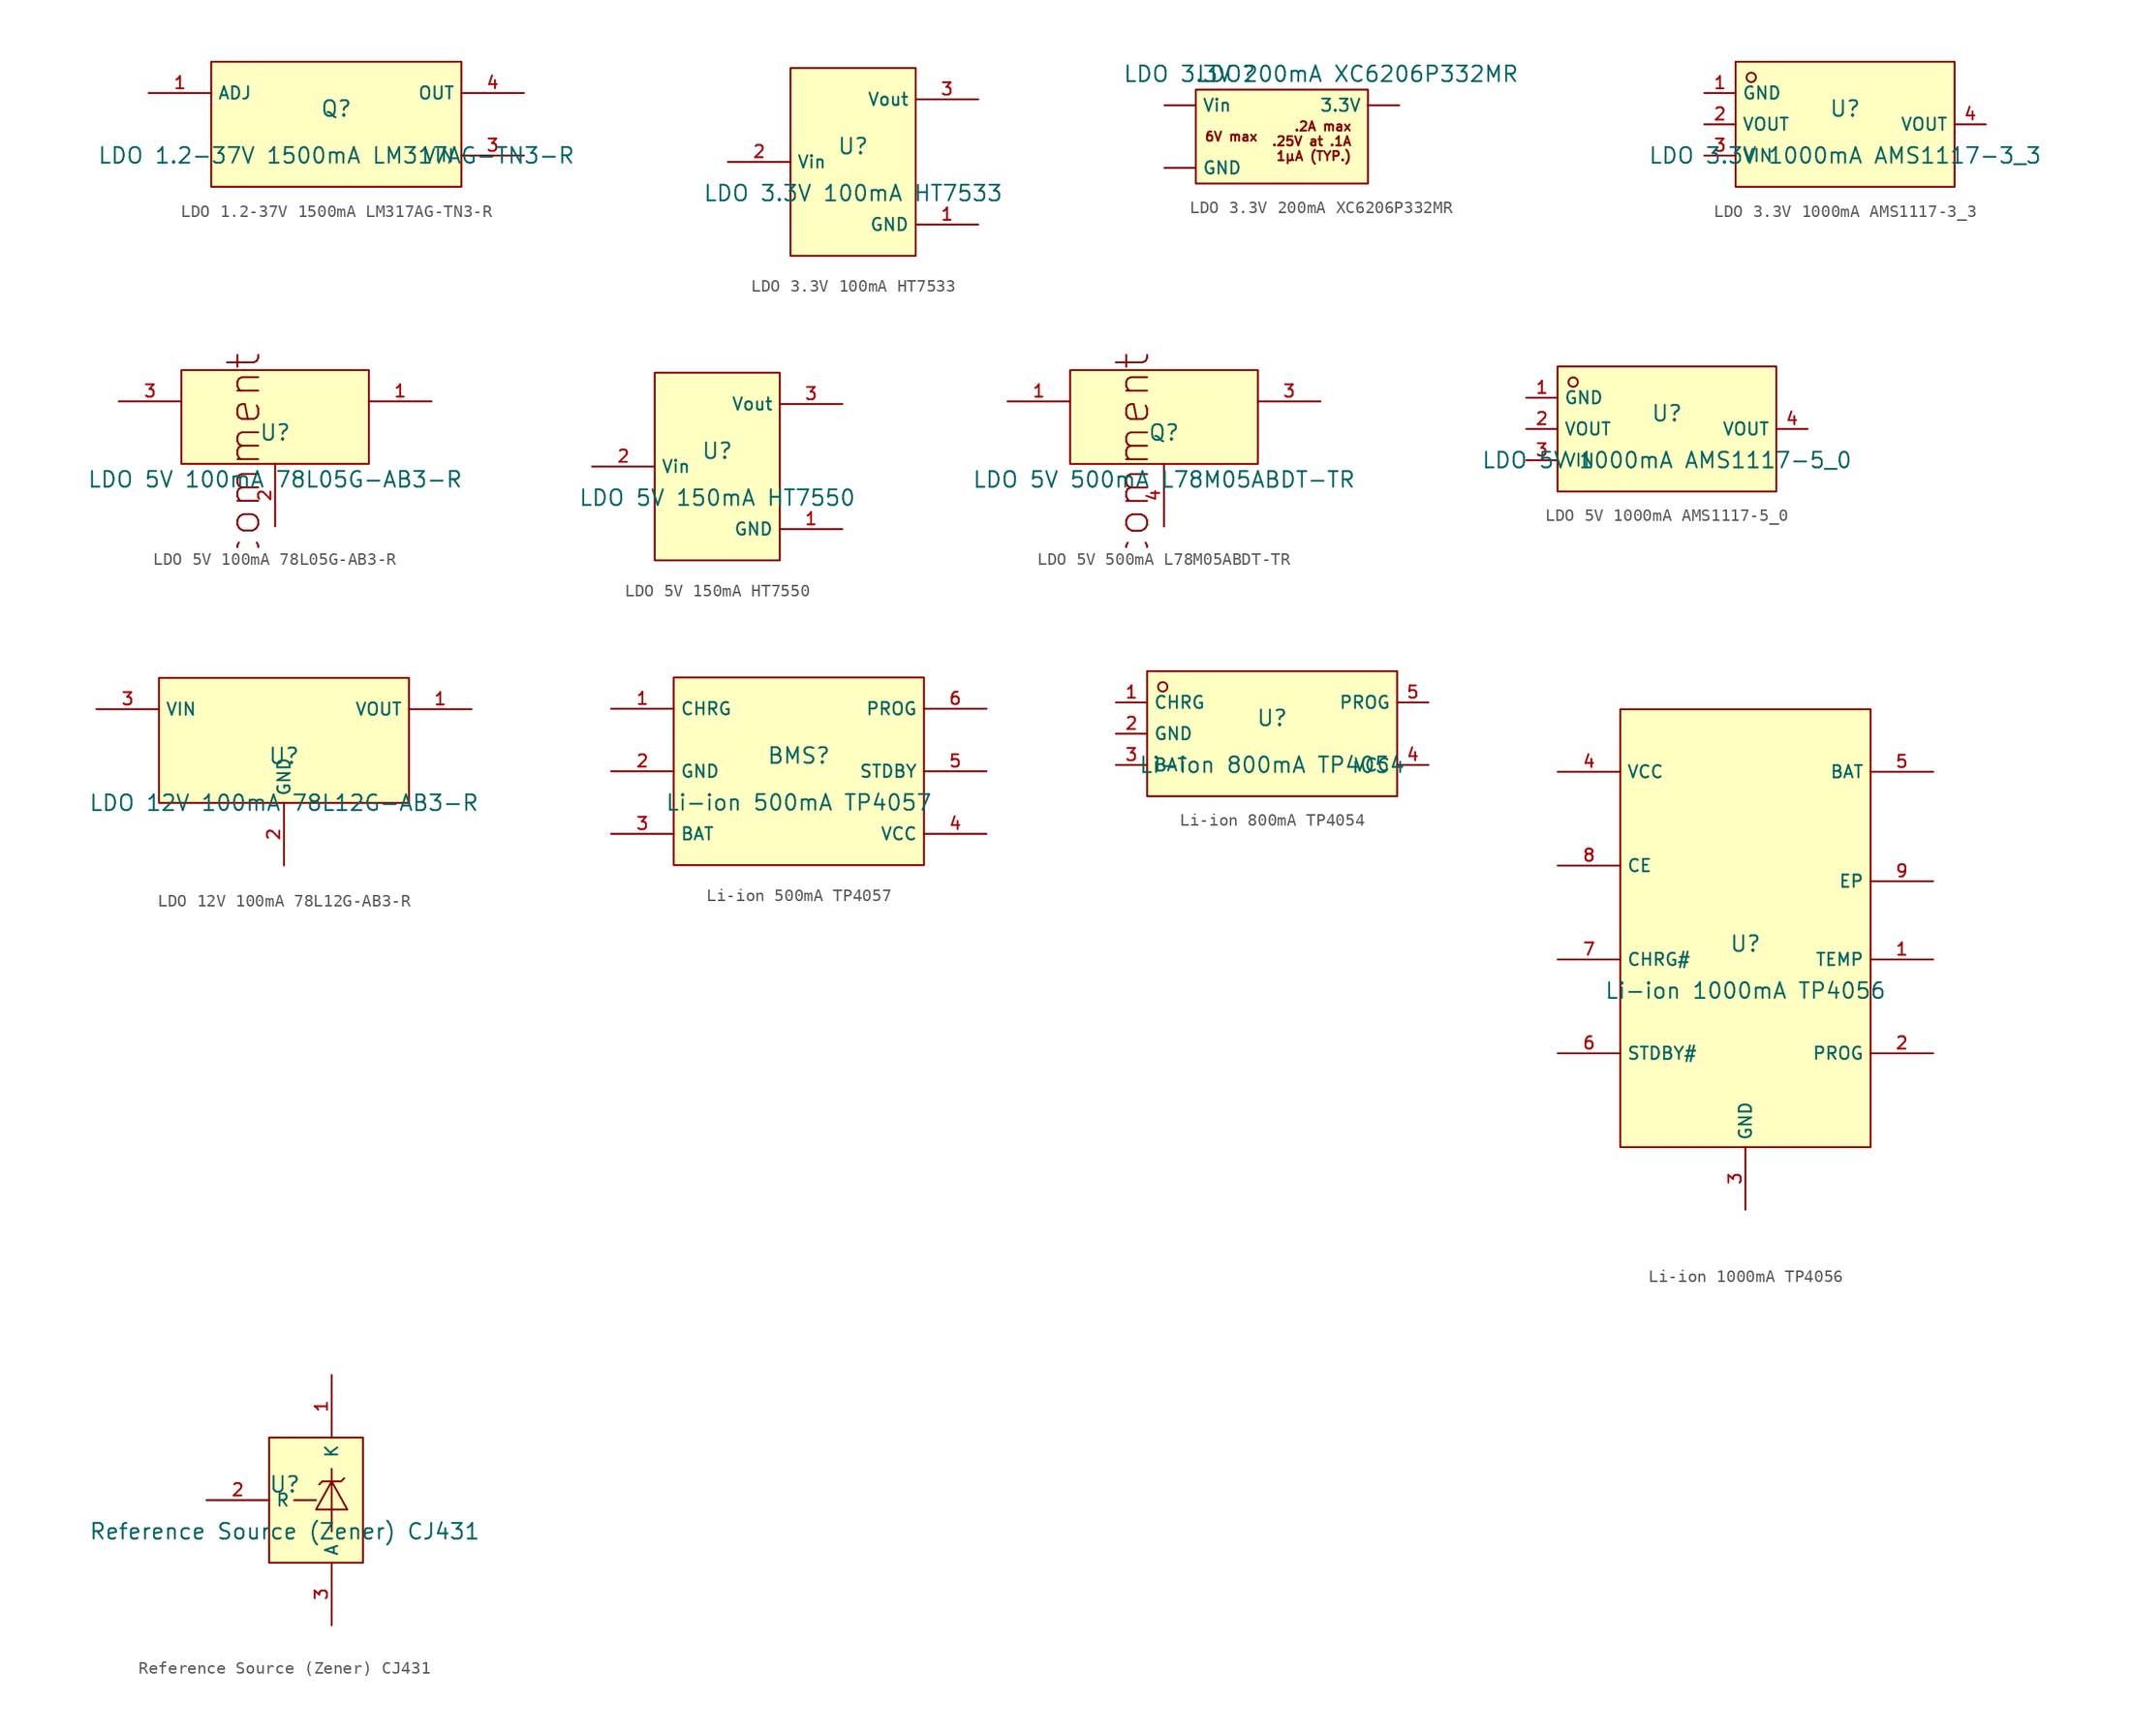
<source format=kicad_sym>
(kicad_symbol_lib
  (version 20220914)
  (generator kicad_symbol_editor)
  (symbol "LDO 1.2-37V 1500mA LM317AG-TN3-R"
    (property "Reference" "Q"
      (at 0 1.27 0)
      (effects (font (size 1.27 1.27))))
    (property "Value" "LDO 1.2-37V 1500mA LM317AG-TN3-R"
      (at 0 -2.54 0)
      (effects (font (size 1.27 1.27))))
    (symbol "LDO 1.2-37V 1500mA LM317AG-TN3-R_0_1"
      (rectangle (start -10.16 5.08) (end 10.16 -5.08) (stroke (width 0) (type default)) (fill (type background)))
      (pin unspecified line (at -15.24 2.54 0) (length 5.08) (name "ADJ" (effects (font (size 1 1)))) (number "1" (effects (font (size 1 1)))))
      (pin unspecified line (at 15.24 -2.54 180) (length 5.08) (name "VIN" (effects (font (size 1 1)))) (number "3" (effects (font (size 1 1)))))
      (pin unspecified line (at 15.24 2.54 180) (length 5.08) (name "OUT" (effects (font (size 1 1)))) (number "4" (effects (font (size 1 1)))))))
  (symbol "LDO 3.3V 100mA HT7533"
    (property "Reference" "U"
      (at 0 1.27 0)
      (effects (font (size 1.27 1.27))))
    (property "Value" "LDO 3.3V 100mA HT7533"
      (at 0 -2.54 0)
      (effects (font (size 1.27 1.27))))
    (symbol "LDO 3.3V 100mA HT7533_0_1"
      (rectangle (start -5.08 7.62) (end 5.08 -7.62) (stroke (width 0) (type default)) (fill (type background)))
      (pin unspecified line (at 10.16 -5.08 180) (length 5.08) (name "GND" (effects (font (size 1 1)))) (number "1" (effects (font (size 1 1)))))
      (pin unspecified line (at -10.16 0 0) (length 5.08) (name "Vin" (effects (font (size 1 1)))) (number "2" (effects (font (size 1 1)))))
      (pin unspecified line (at 10.16 5.08 180) (length 5.08) (name "Vout" (effects (font (size 1 1)))) (number "3" (effects (font (size 1 1)))))))
  (symbol "LDO 3.3V 200mA XC6206P332MR"
    (pin_numbers hide)
    (property "Reference" "LDO"
      (at -6.35 6.35 0)
      (effects (font (size 1.27 1.27)) (justify left)))
    (property "Value" "LDO 3.3V 200mA XC6206P332MR"
      (at 3.81 6.35 0)
      (effects (font (size 1.27 1.27))))
    (symbol "LDO 3.3V 200mA XC6206P332MR_0_1"
      (rectangle (start -6.35 5.08) (end 7.62 -2.54) (stroke (width 0) (type default)) (fill (type background))))
    (symbol "LDO 3.3V 200mA XC6206P332MR_1_1"
      (text ".2A max\n.25V at .1A\n1μA (TYP.)" (at 6.35 2.54 0) (effects (font (size 0.75 0.75)) (justify right top)))
      (text "6V max\n" (at -1.27 1.27 0) (effects (font (size 0.75 0.75)) (justify right)))
      (pin unspecified line (at -8.89 -1.27 0) (length 2.54) (name "GND" (effects (font (size 1 1)))) (number "1" (effects (font (size 1 1)))))
      (pin power_in line (at -8.89 3.81 0) (length 2.54) (name "Vin" (effects (font (size 1 1)))) (number "2" (effects (font (size 1 1)))))
      (pin power_out line (at 10.16 3.81 180) (length 2.54) (name "3.3V" (effects (font (size 1 1)))) (number "3" (effects (font (size 1 1)))))))
  (symbol "LDO 3.3V 1000mA AMS1117-3_3"
    (property "Reference" "U"
      (at 0 1.27 0)
      (effects (font (size 1.27 1.27))))
    (property "Value" "LDO 3.3V 1000mA AMS1117-3_3"
      (at 0 -2.54 0)
      (effects (font (size 1.27 1.27))))
    (symbol "LDO 3.3V 1000mA AMS1117-3_3_0_1"
      (rectangle (start -8.89 5.08) (end 8.89 -5.08) (stroke (width 0) (type default)) (fill (type background)))
      (circle (center -7.62 3.81) (radius 0.381) (stroke (width 0) (type default)) (fill (type background)))
      (pin unspecified line (at -11.43 2.54 0) (length 2.54) (name "GND" (effects (font (size 1 1)))) (number "1" (effects (font (size 1 1)))))
      (pin unspecified line (at -11.43 0 0) (length 2.54) (name "VOUT" (effects (font (size 1 1)))) (number "2" (effects (font (size 1 1)))))
      (pin unspecified line (at -11.43 -2.54 0) (length 2.54) (name "VIN" (effects (font (size 1 1)))) (number "3" (effects (font (size 1 1)))))
      (pin unspecified line (at 11.43 0 180) (length 2.54) (name "VOUT" (effects (font (size 1 1)))) (number "4" (effects (font (size 1 1)))))))
  (symbol "LDO 5V 100mA 78L05G-AB3-R"
    (pin_names hide)
    (property "Reference" "U"
      (at 0 1.27 0)
      (effects (font (size 1.27 1.27))))
    (property "Value" "LDO 5V 100mA 78L05G-AB3-R"
      (at 0 -2.54 0)
      (effects (font (size 1.27 1.27))))
    (symbol "LDO 5V 100mA 78L05G-AB3-R_0_1"
      (rectangle (start -7.62 6.35) (end 7.62 -1.27) (stroke (width 0) (type default)) (fill (type background)))
      (text "comment" (at -2.54 -0.762 1800) (effects (font (size 2.54 2.54))))
      (pin power_in line (at 12.7 3.81 180) (length 5.08) (name "OUT" (effects (font (size 1 1)))) (number "1" (effects (font (size 1 1)))))
      (pin power_in line (at 0 -6.35 90) (length 5.08) (name "GND" (effects (font (size 1 1)))) (number "2" (effects (font (size 1 1)))))
      (pin power_in line (at -12.7 3.81 0) (length 5.08) (name "IN" (effects (font (size 1 1)))) (number "3" (effects (font (size 1 1)))))))
  (symbol "LDO 5V 150mA HT7550"
    (property "Reference" "U"
      (at 0 1.27 0)
      (effects (font (size 1.27 1.27))))
    (property "Value" "LDO 5V 150mA HT7550"
      (at 0 -2.54 0)
      (effects (font (size 1.27 1.27))))
    (symbol "LDO 5V 150mA HT7550_0_1"
      (rectangle (start -5.08 7.62) (end 5.08 -7.62) (stroke (width 0) (type default)) (fill (type background)))
      (pin unspecified line (at 10.16 -5.08 180) (length 5.08) (name "GND" (effects (font (size 1 1)))) (number "1" (effects (font (size 1 1)))))
      (pin unspecified line (at -10.16 0 0) (length 5.08) (name "Vin" (effects (font (size 1 1)))) (number "2" (effects (font (size 1 1)))))
      (pin unspecified line (at 10.16 5.08 180) (length 5.08) (name "Vout" (effects (font (size 1 1)))) (number "3" (effects (font (size 1 1)))))))
  (symbol "LDO 5V 500mA L78M05ABDT-TR"
    (pin_names hide)
    (property "Reference" "Q"
      (at 0 1.27 0)
      (effects (font (size 1.27 1.27))))
    (property "Value" "LDO 5V 500mA L78M05ABDT-TR"
      (at 0 -2.54 0)
      (effects (font (size 1.27 1.27))))
    (symbol "LDO 5V 500mA L78M05ABDT-TR_0_1"
      (rectangle (start -7.62 6.35) (end 7.62 -1.27) (stroke (width 0) (type default)) (fill (type background)))
      (text "comment" (at -2.54 -0.762 1800) (effects (font (size 2.54 2.54))))
      (pin power_in line (at -12.7 3.81 0) (length 5.08) (name "IN" (effects (font (size 1 1)))) (number "1" (effects (font (size 1 1)))))
      (pin power_in line (at 12.7 3.81 180) (length 5.08) (name "OUT" (effects (font (size 1 1)))) (number "3" (effects (font (size 1 1)))))
      (pin power_in line (at 0 -6.35 90) (length 5.08) (name "GND" (effects (font (size 1 1)))) (number "4" (effects (font (size 1 1)))))))
  (symbol "LDO 5V 1000mA AMS1117-5_0"
    (property "Reference" "U"
      (at 0 1.27 0)
      (effects (font (size 1.27 1.27))))
    (property "Value" "LDO 5V 1000mA AMS1117-5_0"
      (at 0 -2.54 0)
      (effects (font (size 1.27 1.27))))
    (symbol "LDO 5V 1000mA AMS1117-5_0_0_1"
      (rectangle (start -8.89 5.08) (end 8.89 -5.08) (stroke (width 0) (type default)) (fill (type background)))
      (circle (center -7.62 3.81) (radius 0.381) (stroke (width 0) (type default)) (fill (type background)))
      (pin unspecified line (at -11.43 2.54 0) (length 2.54) (name "GND" (effects (font (size 1 1)))) (number "1" (effects (font (size 1 1)))))
      (pin unspecified line (at -11.43 0 0) (length 2.54) (name "VOUT" (effects (font (size 1 1)))) (number "2" (effects (font (size 1 1)))))
      (pin unspecified line (at -11.43 -2.54 0) (length 2.54) (name "VIN" (effects (font (size 1 1)))) (number "3" (effects (font (size 1 1)))))
      (pin unspecified line (at 11.43 0 180) (length 2.54) (name "VOUT" (effects (font (size 1 1)))) (number "4" (effects (font (size 1 1)))))))
  (symbol "LDO 12V 100mA 78L12G-AB3-R"
    (property "Reference" "U"
      (at 0 1.27 0)
      (effects (font (size 1.27 1.27))))
    (property "Value" "LDO 12V 100mA 78L12G-AB3-R"
      (at 0 -2.54 0)
      (effects (font (size 1.27 1.27))))
    (symbol "LDO 12V 100mA 78L12G-AB3-R_0_1"
      (rectangle (start -10.16 7.62) (end 10.16 -2.54) (stroke (width 0) (type default)) (fill (type background)))
      (pin unspecified line (at 15.24 5.08 180) (length 5.08) (name "VOUT" (effects (font (size 1 1)))) (number "1" (effects (font (size 1 1)))))
      (pin unspecified line (at 0 -7.62 90) (length 5.08) (name "GND" (effects (font (size 1 1)))) (number "2" (effects (font (size 1 1)))))
      (pin unspecified line (at -15.24 5.08 0) (length 5.08) (name "VIN" (effects (font (size 1 1)))) (number "3" (effects (font (size 1 1)))))))
  (symbol "Li-ion 500mA TP4057"
    (property "Reference" "BMS"
      (at 0 1.27 0)
      (effects (font (size 1.27 1.27))))
    (property "Value" "Li-ion 500mA TP4057"
      (at 0 -2.54 0)
      (effects (font (size 1.27 1.27))))
    (symbol "Li-ion 500mA TP4057_0_1"
      (rectangle (start -10.16 7.62) (end 10.16 -7.62) (stroke (width 0) (type default)) (fill (type background)))
      (pin unspecified line (at -15.24 5.08 0) (length 5.08) (name "CHRG" (effects (font (size 1 1)))) (number "1" (effects (font (size 1 1)))))
      (pin unspecified line (at -15.24 0 0) (length 5.08) (name "GND" (effects (font (size 1 1)))) (number "2" (effects (font (size 1 1)))))
      (pin unspecified line (at -15.24 -5.08 0) (length 5.08) (name "BAT" (effects (font (size 1 1)))) (number "3" (effects (font (size 1 1)))))
      (pin unspecified line (at 15.24 -5.08 180) (length 5.08) (name "VCC" (effects (font (size 1 1)))) (number "4" (effects (font (size 1 1)))))
      (pin unspecified line (at 15.24 0 180) (length 5.08) (name "STDBY" (effects (font (size 1 1)))) (number "5" (effects (font (size 1 1)))))
      (pin unspecified line (at 15.24 5.08 180) (length 5.08) (name "PROG" (effects (font (size 1 1)))) (number "6" (effects (font (size 1 1)))))))
  (symbol "Li-ion 800mA TP4054"
    (property "Reference" "U"
      (at 0 1.27 0)
      (effects (font (size 1.27 1.27))))
    (property "Value" "Li-ion 800mA TP4054"
      (at 0 -2.54 0)
      (effects (font (size 1.27 1.27))))
    (symbol "Li-ion 800mA TP4054_0_1"
      (rectangle (start -10.16 5.08) (end 10.16 -5.08) (stroke (width 0) (type default)) (fill (type background)))
      (circle (center -8.89 3.81) (radius 0.381) (stroke (width 0) (type default)) (fill (type background)))
      (pin unspecified line (at -12.7 2.54 0) (length 2.54) (name "CHRG" (effects (font (size 1 1)))) (number "1" (effects (font (size 1 1)))))
      (pin unspecified line (at -12.7 0 0) (length 2.54) (name "GND" (effects (font (size 1 1)))) (number "2" (effects (font (size 1 1)))))
      (pin unspecified line (at -12.7 -2.54 0) (length 2.54) (name "BAT" (effects (font (size 1 1)))) (number "3" (effects (font (size 1 1)))))
      (pin unspecified line (at 12.7 -2.54 180) (length 2.54) (name "VCC" (effects (font (size 1 1)))) (number "4" (effects (font (size 1 1)))))
      (pin unspecified line (at 12.7 2.54 180) (length 2.54) (name "PROG" (effects (font (size 1 1)))) (number "5" (effects (font (size 1 1)))))))
  (symbol "Li-ion 1000mA TP4056"
    (property "Reference" "U"
      (at 0 1.27 0)
      (effects (font (size 1.27 1.27))))
    (property "Value" "Li-ion 1000mA TP4056"
      (at 0 -2.54 0)
      (effects (font (size 1.27 1.27))))
    (symbol "Li-ion 1000mA TP4056_0_1"
      (rectangle (start -10.16 20.32) (end 10.16 -15.24) (stroke (width 0) (type default)) (fill (type background)))
      (pin unspecified line (at 15.24 0 180) (length 5.08) (name "TEMP" (effects (font (size 1 1)))) (number "1" (effects (font (size 1 1)))))
      (pin unspecified line (at 15.24 -7.62 180) (length 5.08) (name "PROG" (effects (font (size 1 1)))) (number "2" (effects (font (size 1 1)))))
      (pin unspecified line (at 0 -20.32 90) (length 5.08) (name "GND" (effects (font (size 1 1)))) (number "3" (effects (font (size 1 1)))))
      (pin unspecified line (at -15.24 15.24 0) (length 5.08) (name "VCC" (effects (font (size 1 1)))) (number "4" (effects (font (size 1 1)))))
      (pin unspecified line (at 15.24 15.24 180) (length 5.08) (name "BAT" (effects (font (size 1 1)))) (number "5" (effects (font (size 1 1)))))
      (pin unspecified line (at -15.24 -7.62 0) (length 5.08) (name "STDBY#" (effects (font (size 1 1)))) (number "6" (effects (font (size 1 1)))))
      (pin unspecified line (at -15.24 0 0) (length 5.08) (name "CHRG#" (effects (font (size 1 1)))) (number "7" (effects (font (size 1 1)))))
      (pin unspecified line (at -15.24 7.62 0) (length 5.08) (name "CE" (effects (font (size 1 1)))) (number "8" (effects (font (size 1 1)))))
      (pin unspecified line (at 15.24 6.35 180) (length 5.08) (name "EP" (effects (font (size 1 1)))) (number "9" (effects (font (size 1 1)))))))
  (symbol "Reference Source (Zener) CJ431"
    (property "Reference" "U"
      (at 0 1.27 0)
      (effects (font (size 1.27 1.27))))
    (property "Value" "Reference Source (Zener) CJ431"
      (at 0 -2.54 0)
      (effects (font (size 1.27 1.27))))
    (symbol "Reference Source (Zener) CJ431_0_1"
      (rectangle (start -1.27 5.08) (end 6.35 -5.08) (stroke (width 0) (type default)) (fill (type background)))
      (polyline (pts (xy 0.762 0) (xy 2.54 0)) (stroke (width 0) (type default)) (fill (type none)))
      (polyline (pts (xy 3.048 1.524) (xy 2.794 1.27)) (stroke (width 0) (type default)) (fill (type none)))
      (polyline (pts (xy 3.81 2.54) (xy 3.81 -2.54)) (stroke (width 0) (type default)) (fill (type none)))
      (polyline (pts (xy 3.048 1.524) (xy 4.572 1.524) (xy 4.826 1.778)) (stroke (width 0) (type default)) (fill (type none)))
      (polyline (pts (xy 3.81 1.524) (xy 2.54 -0.762) (xy 5.08 -0.762) (xy 3.81 1.524)) (stroke (width 0) (type default)) (fill (type none)))
      (pin unspecified line (at 3.81 10.16 270) (length 5.08) (name "K" (effects (font (size 1 1)))) (number "1" (effects (font (size 1 1)))))
      (pin unspecified line (at -6.35 0 0) (length 5.08) (name "R" (effects (font (size 1 1)))) (number "2" (effects (font (size 1 1)))))
      (pin unspecified line (at 3.81 -10.16 90) (length 5.08) (name "A" (effects (font (size 1 1)))) (number "3" (effects (font (size 1 1))))))))
</source>
